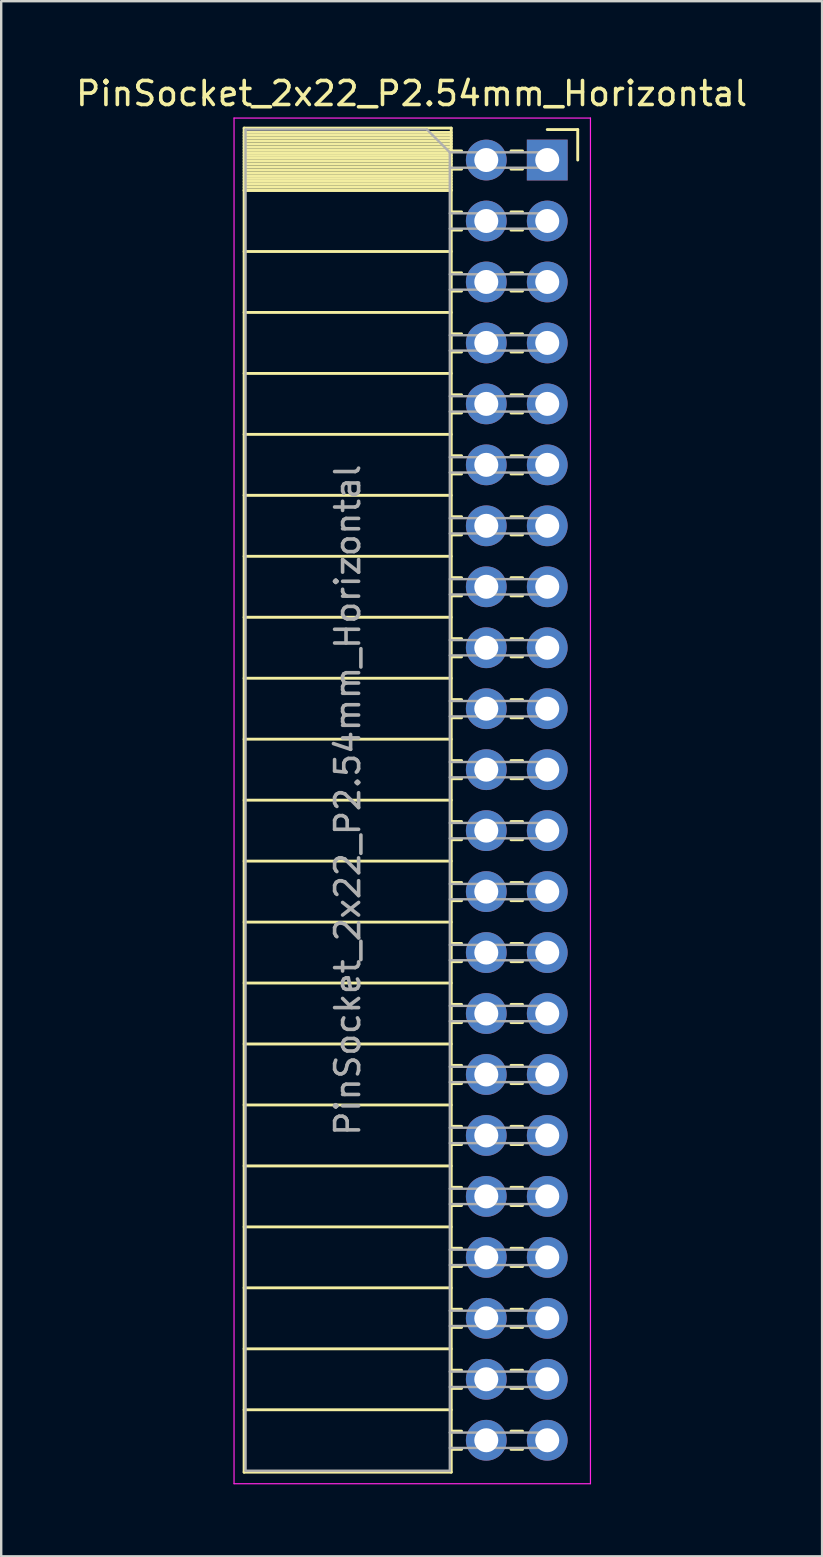
<source format=kicad_pcb>
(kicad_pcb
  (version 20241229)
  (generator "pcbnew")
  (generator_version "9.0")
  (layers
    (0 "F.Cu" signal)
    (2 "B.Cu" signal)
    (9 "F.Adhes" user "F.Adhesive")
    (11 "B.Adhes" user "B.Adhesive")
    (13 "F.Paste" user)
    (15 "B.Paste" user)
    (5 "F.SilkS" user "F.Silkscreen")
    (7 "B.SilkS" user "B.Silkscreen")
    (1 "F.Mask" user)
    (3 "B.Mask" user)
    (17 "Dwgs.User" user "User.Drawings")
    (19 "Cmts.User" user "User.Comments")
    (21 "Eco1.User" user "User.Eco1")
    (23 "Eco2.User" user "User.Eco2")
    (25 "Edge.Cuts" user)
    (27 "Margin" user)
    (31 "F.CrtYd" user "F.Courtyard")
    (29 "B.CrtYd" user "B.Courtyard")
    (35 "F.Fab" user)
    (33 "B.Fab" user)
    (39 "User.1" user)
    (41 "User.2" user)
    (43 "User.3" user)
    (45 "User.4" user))
  (footprint "PinSocket_2x22_P2.54mm_Horizontal"
    (layer "F.Cu")
    (at 19.751 3.618)
    (property "Reference" "PinSocket_2x22_P2.54mm_Horizontal" (at -5.65 -2.77 0) (layer "F.SilkS") (effects (font (size 1 1) (thickness 0.15))))
    (attr through_hole)
    (fp_line (start -12.63 -1.33) (end -4 -1.33) (stroke (width 0.12) (type solid)) (layer "F.SilkS"))
    (fp_line (start -12.63 -1.15) (end -4 -1.15) (stroke (width 0.12) (type solid)) (layer "F.SilkS"))
    (fp_line (start -12.63 -1.03) (end -4 -1.03) (stroke (width 0.12) (type solid)) (layer "F.SilkS"))
    (fp_line (start -12.63 -0.91) (end -4 -0.91) (stroke (width 0.12) (type solid)) (layer "F.SilkS"))
    (fp_line (start -12.63 -0.79) (end -4 -0.79) (stroke (width 0.12) (type solid)) (layer "F.SilkS"))
    (fp_line (start -12.63 -0.67) (end -4 -0.67) (stroke (width 0.12) (type solid)) (layer "F.SilkS"))
    (fp_line (start -12.63 -0.55) (end -4 -0.55) (stroke (width 0.12) (type solid)) (layer "F.SilkS"))
    (fp_line (start -12.63 -0.43) (end -4 -0.43) (stroke (width 0.12) (type solid)) (layer "F.SilkS"))
    (fp_line (start -12.63 -0.31) (end -4 -0.31) (stroke (width 0.12) (type solid)) (layer "F.SilkS"))
    (fp_line (start -12.63 -0.19) (end -4 -0.19) (stroke (width 0.12) (type solid)) (layer "F.SilkS"))
    (fp_line (start -12.63 -0.07) (end -4 -0.07) (stroke (width 0.12) (type solid)) (layer "F.SilkS"))
    (fp_line (start -12.63 0.05) (end -4 0.05) (stroke (width 0.12) (type solid)) (layer "F.SilkS"))
    (fp_line (start -12.63 0.17) (end -4 0.17) (stroke (width 0.12) (type solid)) (layer "F.SilkS"))
    (fp_line (start -12.63 0.29) (end -4 0.29) (stroke (width 0.12) (type solid)) (layer "F.SilkS"))
    (fp_line (start -12.63 0.41) (end -4 0.41) (stroke (width 0.12) (type solid)) (layer "F.SilkS"))
    (fp_line (start -12.63 0.53) (end -4 0.53) (stroke (width 0.12) (type solid)) (layer "F.SilkS"))
    (fp_line (start -12.63 0.65) (end -4 0.65) (stroke (width 0.12) (type solid)) (layer "F.SilkS"))
    (fp_line (start -12.63 0.77) (end -4 0.77) (stroke (width 0.12) (type solid)) (layer "F.SilkS"))
    (fp_line (start -12.63 0.89) (end -4 0.89) (stroke (width 0.12) (type solid)) (layer "F.SilkS"))
    (fp_line (start -12.63 1.01) (end -4 1.01) (stroke (width 0.12) (type solid)) (layer "F.SilkS"))
    (fp_line (start -12.63 1.13) (end -4 1.13) (stroke (width 0.12) (type solid)) (layer "F.SilkS"))
    (fp_line (start -12.63 1.25) (end -4 1.25) (stroke (width 0.12) (type solid)) (layer "F.SilkS"))
    (fp_line (start -12.63 1.27) (end -4 1.27) (stroke (width 0.12) (type solid)) (layer "F.SilkS"))
    (fp_line (start -12.63 3.81) (end -4 3.81) (stroke (width 0.12) (type solid)) (layer "F.SilkS"))
    (fp_line (start -12.63 6.35) (end -4 6.35) (stroke (width 0.12) (type solid)) (layer "F.SilkS"))
    (fp_line (start -12.63 8.89) (end -4 8.89) (stroke (width 0.12) (type solid)) (layer "F.SilkS"))
    (fp_line (start -12.63 11.43) (end -4 11.43) (stroke (width 0.12) (type solid)) (layer "F.SilkS"))
    (fp_line (start -12.63 13.97) (end -4 13.97) (stroke (width 0.12) (type solid)) (layer "F.SilkS"))
    (fp_line (start -12.63 16.51) (end -4 16.51) (stroke (width 0.12) (type solid)) (layer "F.SilkS"))
    (fp_line (start -12.63 19.05) (end -4 19.05) (stroke (width 0.12) (type solid)) (layer "F.SilkS"))
    (fp_line (start -12.63 21.59) (end -4 21.59) (stroke (width 0.12) (type solid)) (layer "F.SilkS"))
    (fp_line (start -12.63 24.13) (end -4 24.13) (stroke (width 0.12) (type solid)) (layer "F.SilkS"))
    (fp_line (start -12.63 26.67) (end -4 26.67) (stroke (width 0.12) (type solid)) (layer "F.SilkS"))
    (fp_line (start -12.63 29.21) (end -4 29.21) (stroke (width 0.12) (type solid)) (layer "F.SilkS"))
    (fp_line (start -12.63 31.75) (end -4 31.75) (stroke (width 0.12) (type solid)) (layer "F.SilkS"))
    (fp_line (start -12.63 34.29) (end -4 34.29) (stroke (width 0.12) (type solid)) (layer "F.SilkS"))
    (fp_line (start -12.63 36.83) (end -4 36.83) (stroke (width 0.12) (type solid)) (layer "F.SilkS"))
    (fp_line (start -12.63 39.37) (end -4 39.37) (stroke (width 0.12) (type solid)) (layer "F.SilkS"))
    (fp_line (start -12.63 41.91) (end -4 41.91) (stroke (width 0.12) (type solid)) (layer "F.SilkS"))
    (fp_line (start -12.63 44.45) (end -4 44.45) (stroke (width 0.12) (type solid)) (layer "F.SilkS"))
    (fp_line (start -12.63 46.99) (end -4 46.99) (stroke (width 0.12) (type solid)) (layer "F.SilkS"))
    (fp_line (start -12.63 49.53) (end -4 49.53) (stroke (width 0.12) (type solid)) (layer "F.SilkS"))
    (fp_line (start -12.63 52.07) (end -4 52.07) (stroke (width 0.12) (type solid)) (layer "F.SilkS"))
    (fp_line (start -12.63 54.67) (end -12.63 -1.33) (stroke (width 0.12) (type solid)) (layer "F.SilkS"))
    (fp_line (start -4 -1.33) (end -4 54.67) (stroke (width 0.12) (type solid)) (layer "F.SilkS"))
    (fp_line (start -4 -0.38) (end -3.57 -0.38) (stroke (width 0.12) (type solid)) (layer "F.SilkS"))
    (fp_line (start -4 2.16) (end -3.57 2.16) (stroke (width 0.12) (type solid)) (layer "F.SilkS"))
    (fp_line (start -4 4.7) (end -3.57 4.7) (stroke (width 0.12) (type solid)) (layer "F.SilkS"))
    (fp_line (start -4 7.24) (end -3.57 7.24) (stroke (width 0.12) (type solid)) (layer "F.SilkS"))
    (fp_line (start -4 9.78) (end -3.57 9.78) (stroke (width 0.12) (type solid)) (layer "F.SilkS"))
    (fp_line (start -4 12.32) (end -3.57 12.32) (stroke (width 0.12) (type solid)) (layer "F.SilkS"))
    (fp_line (start -4 14.86) (end -3.57 14.86) (stroke (width 0.12) (type solid)) (layer "F.SilkS"))
    (fp_line (start -4 17.4) (end -3.57 17.4) (stroke (width 0.12) (type solid)) (layer "F.SilkS"))
    (fp_line (start -4 19.94) (end -3.57 19.94) (stroke (width 0.12) (type solid)) (layer "F.SilkS"))
    (fp_line (start -4 22.48) (end -3.57 22.48) (stroke (width 0.12) (type solid)) (layer "F.SilkS"))
    (fp_line (start -4 25.02) (end -3.57 25.02) (stroke (width 0.12) (type solid)) (layer "F.SilkS"))
    (fp_line (start -4 27.56) (end -3.57 27.56) (stroke (width 0.12) (type solid)) (layer "F.SilkS"))
    (fp_line (start -4 30.1) (end -3.57 30.1) (stroke (width 0.12) (type solid)) (layer "F.SilkS"))
    (fp_line (start -4 32.64) (end -3.57 32.64) (stroke (width 0.12) (type solid)) (layer "F.SilkS"))
    (fp_line (start -4 35.18) (end -3.57 35.18) (stroke (width 0.12) (type solid)) (layer "F.SilkS"))
    (fp_line (start -4 37.72) (end -3.57 37.72) (stroke (width 0.12) (type solid)) (layer "F.SilkS"))
    (fp_line (start -4 40.26) (end -3.57 40.26) (stroke (width 0.12) (type solid)) (layer "F.SilkS"))
    (fp_line (start -4 42.8) (end -3.57 42.8) (stroke (width 0.12) (type solid)) (layer "F.SilkS"))
    (fp_line (start -4 45.34) (end -3.57 45.34) (stroke (width 0.12) (type solid)) (layer "F.SilkS"))
    (fp_line (start -4 47.88) (end -3.57 47.88) (stroke (width 0.12) (type solid)) (layer "F.SilkS"))
    (fp_line (start -4 50.42) (end -3.57 50.42) (stroke (width 0.12) (type solid)) (layer "F.SilkS"))
    (fp_line (start -4 52.96) (end -3.57 52.96) (stroke (width 0.12) (type solid)) (layer "F.SilkS"))
    (fp_line (start -4 54.67) (end -12.63 54.67) (stroke (width 0.12) (type solid)) (layer "F.SilkS"))
    (fp_line (start -3.57 0.38) (end -4 0.38) (stroke (width 0.12) (type solid)) (layer "F.SilkS"))
    (fp_line (start -3.57 2.92) (end -4 2.92) (stroke (width 0.12) (type solid)) (layer "F.SilkS"))
    (fp_line (start -3.57 5.46) (end -4 5.46) (stroke (width 0.12) (type solid)) (layer "F.SilkS"))
    (fp_line (start -3.57 8) (end -4 8) (stroke (width 0.12) (type solid)) (layer "F.SilkS"))
    (fp_line (start -3.57 10.54) (end -4 10.54) (stroke (width 0.12) (type solid)) (layer "F.SilkS"))
    (fp_line (start -3.57 13.08) (end -4 13.08) (stroke (width 0.12) (type solid)) (layer "F.SilkS"))
    (fp_line (start -3.57 15.62) (end -4 15.62) (stroke (width 0.12) (type solid)) (layer "F.SilkS"))
    (fp_line (start -3.57 18.16) (end -4 18.16) (stroke (width 0.12) (type solid)) (layer "F.SilkS"))
    (fp_line (start -3.57 20.7) (end -4 20.7) (stroke (width 0.12) (type solid)) (layer "F.SilkS"))
    (fp_line (start -3.57 23.24) (end -4 23.24) (stroke (width 0.12) (type solid)) (layer "F.SilkS"))
    (fp_line (start -3.57 25.78) (end -4 25.78) (stroke (width 0.12) (type solid)) (layer "F.SilkS"))
    (fp_line (start -3.57 28.32) (end -4 28.32) (stroke (width 0.12) (type solid)) (layer "F.SilkS"))
    (fp_line (start -3.57 30.86) (end -4 30.86) (stroke (width 0.12) (type solid)) (layer "F.SilkS"))
    (fp_line (start -3.57 33.4) (end -4 33.4) (stroke (width 0.12) (type solid)) (layer "F.SilkS"))
    (fp_line (start -3.57 35.94) (end -4 35.94) (stroke (width 0.12) (type solid)) (layer "F.SilkS"))
    (fp_line (start -3.57 38.48) (end -4 38.48) (stroke (width 0.12) (type solid)) (layer "F.SilkS"))
    (fp_line (start -3.57 41.02) (end -4 41.02) (stroke (width 0.12) (type solid)) (layer "F.SilkS"))
    (fp_line (start -3.57 43.56) (end -4 43.56) (stroke (width 0.12) (type solid)) (layer "F.SilkS"))
    (fp_line (start -3.57 46.1) (end -4 46.1) (stroke (width 0.12) (type solid)) (layer "F.SilkS"))
    (fp_line (start -3.57 48.64) (end -4 48.64) (stroke (width 0.12) (type solid)) (layer "F.SilkS"))
    (fp_line (start -3.57 51.18) (end -4 51.18) (stroke (width 0.12) (type solid)) (layer "F.SilkS"))
    (fp_line (start -3.57 53.72) (end -4 53.72) (stroke (width 0.12) (type solid)) (layer "F.SilkS"))
    (fp_line (start -1.51 0.38) (end -1.03 0.38) (stroke (width 0.12) (type solid)) (layer "F.SilkS"))
    (fp_line (start -1.51 2.92) (end -1.03 2.92) (stroke (width 0.12) (type solid)) (layer "F.SilkS"))
    (fp_line (start -1.51 5.46) (end -1.03 5.46) (stroke (width 0.12) (type solid)) (layer "F.SilkS"))
    (fp_line (start -1.51 8) (end -1.03 8) (stroke (width 0.12) (type solid)) (layer "F.SilkS"))
    (fp_line (start -1.51 10.54) (end -1.03 10.54) (stroke (width 0.12) (type solid)) (layer "F.SilkS"))
    (fp_line (start -1.51 13.08) (end -1.03 13.08) (stroke (width 0.12) (type solid)) (layer "F.SilkS"))
    (fp_line (start -1.51 15.62) (end -1.03 15.62) (stroke (width 0.12) (type solid)) (layer "F.SilkS"))
    (fp_line (start -1.51 18.16) (end -1.03 18.16) (stroke (width 0.12) (type solid)) (layer "F.SilkS"))
    (fp_line (start -1.51 20.7) (end -1.03 20.7) (stroke (width 0.12) (type solid)) (layer "F.SilkS"))
    (fp_line (start -1.51 23.24) (end -1.03 23.24) (stroke (width 0.12) (type solid)) (layer "F.SilkS"))
    (fp_line (start -1.51 25.78) (end -1.03 25.78) (stroke (width 0.12) (type solid)) (layer "F.SilkS"))
    (fp_line (start -1.51 28.32) (end -1.03 28.32) (stroke (width 0.12) (type solid)) (layer "F.SilkS"))
    (fp_line (start -1.51 30.86) (end -1.03 30.86) (stroke (width 0.12) (type solid)) (layer "F.SilkS"))
    (fp_line (start -1.51 33.4) (end -1.03 33.4) (stroke (width 0.12) (type solid)) (layer "F.SilkS"))
    (fp_line (start -1.51 35.94) (end -1.03 35.94) (stroke (width 0.12) (type solid)) (layer "F.SilkS"))
    (fp_line (start -1.51 38.48) (end -1.03 38.48) (stroke (width 0.12) (type solid)) (layer "F.SilkS"))
    (fp_line (start -1.51 41.02) (end -1.03 41.02) (stroke (width 0.12) (type solid)) (layer "F.SilkS"))
    (fp_line (start -1.51 43.56) (end -1.03 43.56) (stroke (width 0.12) (type solid)) (layer "F.SilkS"))
    (fp_line (start -1.51 46.1) (end -1.03 46.1) (stroke (width 0.12) (type solid)) (layer "F.SilkS"))
    (fp_line (start -1.51 48.64) (end -1.03 48.64) (stroke (width 0.12) (type solid)) (layer "F.SilkS"))
    (fp_line (start -1.51 51.18) (end -1.03 51.18) (stroke (width 0.12) (type solid)) (layer "F.SilkS"))
    (fp_line (start -1.51 53.72) (end -1.03 53.72) (stroke (width 0.12) (type solid)) (layer "F.SilkS"))
    (fp_line (start -1.03 -0.38) (end -1.51 -0.38) (stroke (width 0.12) (type solid)) (layer "F.SilkS"))
    (fp_line (start -1.03 2.16) (end -1.51 2.16) (stroke (width 0.12) (type solid)) (layer "F.SilkS"))
    (fp_line (start -1.03 4.7) (end -1.51 4.7) (stroke (width 0.12) (type solid)) (layer "F.SilkS"))
    (fp_line (start -1.03 7.24) (end -1.51 7.24) (stroke (width 0.12) (type solid)) (layer "F.SilkS"))
    (fp_line (start -1.03 9.78) (end -1.51 9.78) (stroke (width 0.12) (type solid)) (layer "F.SilkS"))
    (fp_line (start -1.03 12.32) (end -1.51 12.32) (stroke (width 0.12) (type solid)) (layer "F.SilkS"))
    (fp_line (start -1.03 14.86) (end -1.51 14.86) (stroke (width 0.12) (type solid)) (layer "F.SilkS"))
    (fp_line (start -1.03 17.4) (end -1.51 17.4) (stroke (width 0.12) (type solid)) (layer "F.SilkS"))
    (fp_line (start -1.03 19.94) (end -1.51 19.94) (stroke (width 0.12) (type solid)) (layer "F.SilkS"))
    (fp_line (start -1.03 22.48) (end -1.51 22.48) (stroke (width 0.12) (type solid)) (layer "F.SilkS"))
    (fp_line (start -1.03 25.02) (end -1.51 25.02) (stroke (width 0.12) (type solid)) (layer "F.SilkS"))
    (fp_line (start -1.03 27.56) (end -1.51 27.56) (stroke (width 0.12) (type solid)) (layer "F.SilkS"))
    (fp_line (start -1.03 30.1) (end -1.51 30.1) (stroke (width 0.12) (type solid)) (layer "F.SilkS"))
    (fp_line (start -1.03 32.64) (end -1.51 32.64) (stroke (width 0.12) (type solid)) (layer "F.SilkS"))
    (fp_line (start -1.03 35.18) (end -1.51 35.18) (stroke (width 0.12) (type solid)) (layer "F.SilkS"))
    (fp_line (start -1.03 37.72) (end -1.51 37.72) (stroke (width 0.12) (type solid)) (layer "F.SilkS"))
    (fp_line (start -1.03 40.26) (end -1.51 40.26) (stroke (width 0.12) (type solid)) (layer "F.SilkS"))
    (fp_line (start -1.03 42.8) (end -1.51 42.8) (stroke (width 0.12) (type solid)) (layer "F.SilkS"))
    (fp_line (start -1.03 45.34) (end -1.51 45.34) (stroke (width 0.12) (type solid)) (layer "F.SilkS"))
    (fp_line (start -1.03 47.88) (end -1.51 47.88) (stroke (width 0.12) (type solid)) (layer "F.SilkS"))
    (fp_line (start -1.03 50.42) (end -1.51 50.42) (stroke (width 0.12) (type solid)) (layer "F.SilkS"))
    (fp_line (start -1.03 52.96) (end -1.51 52.96) (stroke (width 0.12) (type solid)) (layer "F.SilkS"))
    (fp_line (start 0 -1.27) (end 1.27 -1.27) (stroke (width 0.12) (type solid)) (layer "F.SilkS"))
    (fp_line (start 1.27 -1.27) (end 1.27 0) (stroke (width 0.12) (type solid)) (layer "F.SilkS"))
    (fp_line (start -13.05 -1.75) (end -13.05 55.15) (stroke (width 0.05) (type solid)) (layer "F.CrtYd"))
    (fp_line (start -13.05 55.15) (end 1.8 55.15) (stroke (width 0.05) (type solid)) (layer "F.CrtYd"))
    (fp_line (start 1.8 -1.75) (end -13.05 -1.75) (stroke (width 0.05) (type solid)) (layer "F.CrtYd"))
    (fp_line (start 1.8 55.15) (end 1.8 -1.75) (stroke (width 0.05) (type solid)) (layer "F.CrtYd"))
    (fp_line (start -12.57 -1.27) (end -5.01 -1.27) (stroke (width 0.1) (type solid)) (layer "F.Fab"))
    (fp_line (start -12.57 54.61) (end -12.57 -1.27) (stroke (width 0.1) (type solid)) (layer "F.Fab"))
    (fp_line (start -5.01 -1.27) (end -4.06 -0.32) (stroke (width 0.1) (type solid)) (layer "F.Fab"))
    (fp_line (start -4.06 -0.32) (end -4.06 54.61) (stroke (width 0.1) (type solid)) (layer "F.Fab"))
    (fp_line (start -4.06 0.32) (end 0 0.32) (stroke (width 0.1) (type solid)) (layer "F.Fab"))
    (fp_line (start -4.06 2.86) (end 0 2.86) (stroke (width 0.1) (type solid)) (layer "F.Fab"))
    (fp_line (start -4.06 5.4) (end 0 5.4) (stroke (width 0.1) (type solid)) (layer "F.Fab"))
    (fp_line (start -4.06 7.94) (end 0 7.94) (stroke (width 0.1) (type solid)) (layer "F.Fab"))
    (fp_line (start -4.06 10.48) (end 0 10.48) (stroke (width 0.1) (type solid)) (layer "F.Fab"))
    (fp_line (start -4.06 13.02) (end 0 13.02) (stroke (width 0.1) (type solid)) (layer "F.Fab"))
    (fp_line (start -4.06 15.56) (end 0 15.56) (stroke (width 0.1) (type solid)) (layer "F.Fab"))
    (fp_line (start -4.06 18.1) (end 0 18.1) (stroke (width 0.1) (type solid)) (layer "F.Fab"))
    (fp_line (start -4.06 20.64) (end 0 20.64) (stroke (width 0.1) (type solid)) (layer "F.Fab"))
    (fp_line (start -4.06 23.18) (end 0 23.18) (stroke (width 0.1) (type solid)) (layer "F.Fab"))
    (fp_line (start -4.06 25.72) (end 0 25.72) (stroke (width 0.1) (type solid)) (layer "F.Fab"))
    (fp_line (start -4.06 28.26) (end 0 28.26) (stroke (width 0.1) (type solid)) (layer "F.Fab"))
    (fp_line (start -4.06 30.8) (end 0 30.8) (stroke (width 0.1) (type solid)) (layer "F.Fab"))
    (fp_line (start -4.06 33.34) (end 0 33.34) (stroke (width 0.1) (type solid)) (layer "F.Fab"))
    (fp_line (start -4.06 35.88) (end 0 35.88) (stroke (width 0.1) (type solid)) (layer "F.Fab"))
    (fp_line (start -4.06 38.42) (end 0 38.42) (stroke (width 0.1) (type solid)) (layer "F.Fab"))
    (fp_line (start -4.06 40.96) (end 0 40.96) (stroke (width 0.1) (type solid)) (layer "F.Fab"))
    (fp_line (start -4.06 43.5) (end 0 43.5) (stroke (width 0.1) (type solid)) (layer "F.Fab"))
    (fp_line (start -4.06 46.04) (end 0 46.04) (stroke (width 0.1) (type solid)) (layer "F.Fab"))
    (fp_line (start -4.06 48.58) (end 0 48.58) (stroke (width 0.1) (type solid)) (layer "F.Fab"))
    (fp_line (start -4.06 51.12) (end 0 51.12) (stroke (width 0.1) (type solid)) (layer "F.Fab"))
    (fp_line (start -4.06 53.66) (end 0 53.66) (stroke (width 0.1) (type solid)) (layer "F.Fab"))
    (fp_line (start -4.06 54.61) (end -12.57 54.61) (stroke (width 0.1) (type solid)) (layer "F.Fab"))
    (fp_line (start 0 -0.32) (end -4.06 -0.32) (stroke (width 0.1) (type solid)) (layer "F.Fab"))
    (fp_line (start 0 0.32) (end 0 -0.32) (stroke (width 0.1) (type solid)) (layer "F.Fab"))
    (fp_line (start 0 2.22) (end -4.06 2.22) (stroke (width 0.1) (type solid)) (layer "F.Fab"))
    (fp_line (start 0 2.86) (end 0 2.22) (stroke (width 0.1) (type solid)) (layer "F.Fab"))
    (fp_line (start 0 4.76) (end -4.06 4.76) (stroke (width 0.1) (type solid)) (layer "F.Fab"))
    (fp_line (start 0 5.4) (end 0 4.76) (stroke (width 0.1) (type solid)) (layer "F.Fab"))
    (fp_line (start 0 7.3) (end -4.06 7.3) (stroke (width 0.1) (type solid)) (layer "F.Fab"))
    (fp_line (start 0 7.94) (end 0 7.3) (stroke (width 0.1) (type solid)) (layer "F.Fab"))
    (fp_line (start 0 9.84) (end -4.06 9.84) (stroke (width 0.1) (type solid)) (layer "F.Fab"))
    (fp_line (start 0 10.48) (end 0 9.84) (stroke (width 0.1) (type solid)) (layer "F.Fab"))
    (fp_line (start 0 12.38) (end -4.06 12.38) (stroke (width 0.1) (type solid)) (layer "F.Fab"))
    (fp_line (start 0 13.02) (end 0 12.38) (stroke (width 0.1) (type solid)) (layer "F.Fab"))
    (fp_line (start 0 14.92) (end -4.06 14.92) (stroke (width 0.1) (type solid)) (layer "F.Fab"))
    (fp_line (start 0 15.56) (end 0 14.92) (stroke (width 0.1) (type solid)) (layer "F.Fab"))
    (fp_line (start 0 17.46) (end -4.06 17.46) (stroke (width 0.1) (type solid)) (layer "F.Fab"))
    (fp_line (start 0 18.1) (end 0 17.46) (stroke (width 0.1) (type solid)) (layer "F.Fab"))
    (fp_line (start 0 20) (end -4.06 20) (stroke (width 0.1) (type solid)) (layer "F.Fab"))
    (fp_line (start 0 20.64) (end 0 20) (stroke (width 0.1) (type solid)) (layer "F.Fab"))
    (fp_line (start 0 22.54) (end -4.06 22.54) (stroke (width 0.1) (type solid)) (layer "F.Fab"))
    (fp_line (start 0 23.18) (end 0 22.54) (stroke (width 0.1) (type solid)) (layer "F.Fab"))
    (fp_line (start 0 25.08) (end -4.06 25.08) (stroke (width 0.1) (type solid)) (layer "F.Fab"))
    (fp_line (start 0 25.72) (end 0 25.08) (stroke (width 0.1) (type solid)) (layer "F.Fab"))
    (fp_line (start 0 27.62) (end -4.06 27.62) (stroke (width 0.1) (type solid)) (layer "F.Fab"))
    (fp_line (start 0 28.26) (end 0 27.62) (stroke (width 0.1) (type solid)) (layer "F.Fab"))
    (fp_line (start 0 30.16) (end -4.06 30.16) (stroke (width 0.1) (type solid)) (layer "F.Fab"))
    (fp_line (start 0 30.8) (end 0 30.16) (stroke (width 0.1) (type solid)) (layer "F.Fab"))
    (fp_line (start 0 32.7) (end -4.06 32.7) (stroke (width 0.1) (type solid)) (layer "F.Fab"))
    (fp_line (start 0 33.34) (end 0 32.7) (stroke (width 0.1) (type solid)) (layer "F.Fab"))
    (fp_line (start 0 35.24) (end -4.06 35.24) (stroke (width 0.1) (type solid)) (layer "F.Fab"))
    (fp_line (start 0 35.88) (end 0 35.24) (stroke (width 0.1) (type solid)) (layer "F.Fab"))
    (fp_line (start 0 37.78) (end -4.06 37.78) (stroke (width 0.1) (type solid)) (layer "F.Fab"))
    (fp_line (start 0 38.42) (end 0 37.78) (stroke (width 0.1) (type solid)) (layer "F.Fab"))
    (fp_line (start 0 40.32) (end -4.06 40.32) (stroke (width 0.1) (type solid)) (layer "F.Fab"))
    (fp_line (start 0 40.96) (end 0 40.32) (stroke (width 0.1) (type solid)) (layer "F.Fab"))
    (fp_line (start 0 42.86) (end -4.06 42.86) (stroke (width 0.1) (type solid)) (layer "F.Fab"))
    (fp_line (start 0 43.5) (end 0 42.86) (stroke (width 0.1) (type solid)) (layer "F.Fab"))
    (fp_line (start 0 45.4) (end -4.06 45.4) (stroke (width 0.1) (type solid)) (layer "F.Fab"))
    (fp_line (start 0 46.04) (end 0 45.4) (stroke (width 0.1) (type solid)) (layer "F.Fab"))
    (fp_line (start 0 47.94) (end -4.06 47.94) (stroke (width 0.1) (type solid)) (layer "F.Fab"))
    (fp_line (start 0 48.58) (end 0 47.94) (stroke (width 0.1) (type solid)) (layer "F.Fab"))
    (fp_line (start 0 50.48) (end -4.06 50.48) (stroke (width 0.1) (type solid)) (layer "F.Fab"))
    (fp_line (start 0 51.12) (end 0 50.48) (stroke (width 0.1) (type solid)) (layer "F.Fab"))
    (fp_line (start 0 53.02) (end -4.06 53.02) (stroke (width 0.1) (type solid)) (layer "F.Fab"))
    (fp_line (start 0 53.66) (end 0 53.02) (stroke (width 0.1) (type solid)) (layer "F.Fab"))
    (fp_text user "${REFERENCE}" (at -8.315 26.67 90) (layer "F.Fab") (effects (font (size 1 1) (thickness 0.15))))
    (pad "1" thru_hole rect (at 0 0) (size 1.7 1.7) (drill 1) (layers "*.Cu" "*.Mask"))
    (pad "2" thru_hole oval (at -2.54 0) (size 1.7 1.7) (drill 1) (layers "*.Cu" "*.Mask"))
    (pad "3" thru_hole oval (at 0 2.54) (size 1.7 1.7) (drill 1) (layers "*.Cu" "*.Mask"))
    (pad "4" thru_hole oval (at -2.54 2.54) (size 1.7 1.7) (drill 1) (layers "*.Cu" "*.Mask"))
    (pad "5" thru_hole oval (at 0 5.08) (size 1.7 1.7) (drill 1) (layers "*.Cu" "*.Mask"))
    (pad "6" thru_hole oval (at -2.54 5.08) (size 1.7 1.7) (drill 1) (layers "*.Cu" "*.Mask"))
    (pad "7" thru_hole oval (at 0 7.62) (size 1.7 1.7) (drill 1) (layers "*.Cu" "*.Mask"))
    (pad "8" thru_hole oval (at -2.54 7.62) (size 1.7 1.7) (drill 1) (layers "*.Cu" "*.Mask"))
    (pad "9" thru_hole oval (at 0 10.16) (size 1.7 1.7) (drill 1) (layers "*.Cu" "*.Mask"))
    (pad "10" thru_hole oval (at -2.54 10.16) (size 1.7 1.7) (drill 1) (layers "*.Cu" "*.Mask"))
    (pad "11" thru_hole oval (at 0 12.7) (size 1.7 1.7) (drill 1) (layers "*.Cu" "*.Mask"))
    (pad "12" thru_hole oval (at -2.54 12.7) (size 1.7 1.7) (drill 1) (layers "*.Cu" "*.Mask"))
    (pad "13" thru_hole oval (at 0 15.24) (size 1.7 1.7) (drill 1) (layers "*.Cu" "*.Mask"))
    (pad "14" thru_hole oval (at -2.54 15.24) (size 1.7 1.7) (drill 1) (layers "*.Cu" "*.Mask"))
    (pad "15" thru_hole oval (at 0 17.78) (size 1.7 1.7) (drill 1) (layers "*.Cu" "*.Mask"))
    (pad "16" thru_hole oval (at -2.54 17.78) (size 1.7 1.7) (drill 1) (layers "*.Cu" "*.Mask"))
    (pad "17" thru_hole oval (at 0 20.32) (size 1.7 1.7) (drill 1) (layers "*.Cu" "*.Mask"))
    (pad "18" thru_hole oval (at -2.54 20.32) (size 1.7 1.7) (drill 1) (layers "*.Cu" "*.Mask"))
    (pad "19" thru_hole oval (at 0 22.86) (size 1.7 1.7) (drill 1) (layers "*.Cu" "*.Mask"))
    (pad "20" thru_hole oval (at -2.54 22.86) (size 1.7 1.7) (drill 1) (layers "*.Cu" "*.Mask"))
    (pad "21" thru_hole oval (at 0 25.4) (size 1.7 1.7) (drill 1) (layers "*.Cu" "*.Mask"))
    (pad "22" thru_hole oval (at -2.54 25.4) (size 1.7 1.7) (drill 1) (layers "*.Cu" "*.Mask"))
    (pad "23" thru_hole oval (at 0 27.94) (size 1.7 1.7) (drill 1) (layers "*.Cu" "*.Mask"))
    (pad "24" thru_hole oval (at -2.54 27.94) (size 1.7 1.7) (drill 1) (layers "*.Cu" "*.Mask"))
    (pad "25" thru_hole oval (at 0 30.48) (size 1.7 1.7) (drill 1) (layers "*.Cu" "*.Mask"))
    (pad "26" thru_hole oval (at -2.54 30.48) (size 1.7 1.7) (drill 1) (layers "*.Cu" "*.Mask"))
    (pad "27" thru_hole oval (at 0 33.02) (size 1.7 1.7) (drill 1) (layers "*.Cu" "*.Mask"))
    (pad "28" thru_hole oval (at -2.54 33.02) (size 1.7 1.7) (drill 1) (layers "*.Cu" "*.Mask"))
    (pad "29" thru_hole oval (at 0 35.56) (size 1.7 1.7) (drill 1) (layers "*.Cu" "*.Mask"))
    (pad "30" thru_hole oval (at -2.54 35.56) (size 1.7 1.7) (drill 1) (layers "*.Cu" "*.Mask"))
    (pad "31" thru_hole oval (at 0 38.1) (size 1.7 1.7) (drill 1) (layers "*.Cu" "*.Mask"))
    (pad "32" thru_hole oval (at -2.54 38.1) (size 1.7 1.7) (drill 1) (layers "*.Cu" "*.Mask"))
    (pad "33" thru_hole oval (at 0 40.64) (size 1.7 1.7) (drill 1) (layers "*.Cu" "*.Mask"))
    (pad "34" thru_hole oval (at -2.54 40.64) (size 1.7 1.7) (drill 1) (layers "*.Cu" "*.Mask"))
    (pad "35" thru_hole oval (at 0 43.18) (size 1.7 1.7) (drill 1) (layers "*.Cu" "*.Mask"))
    (pad "36" thru_hole oval (at -2.54 43.18) (size 1.7 1.7) (drill 1) (layers "*.Cu" "*.Mask"))
    (pad "37" thru_hole oval (at 0 45.72) (size 1.7 1.7) (drill 1) (layers "*.Cu" "*.Mask"))
    (pad "38" thru_hole oval (at -2.54 45.72) (size 1.7 1.7) (drill 1) (layers "*.Cu" "*.Mask"))
    (pad "39" thru_hole oval (at 0 48.26) (size 1.7 1.7) (drill 1) (layers "*.Cu" "*.Mask"))
    (pad "40" thru_hole oval (at -2.54 48.26) (size 1.7 1.7) (drill 1) (layers "*.Cu" "*.Mask"))
    (pad "41" thru_hole oval (at 0 50.8) (size 1.7 1.7) (drill 1) (layers "*.Cu" "*.Mask"))
    (pad "42" thru_hole oval (at -2.54 50.8) (size 1.7 1.7) (drill 1) (layers "*.Cu" "*.Mask"))
    (pad "43" thru_hole oval (at 0 53.34) (size 1.7 1.7) (drill 1) (layers "*.Cu" "*.Mask"))
    (pad "44" thru_hole oval (at -2.54 53.34) (size 1.7 1.7) (drill 1) (layers "*.Cu" "*.Mask")))
  (gr_rect
    (start -3 -3)
    (end 31.202 61.793)
    (stroke (width 0.1) (type default))
    (fill no)
    (layer "Edge.Cuts")))
</source>
